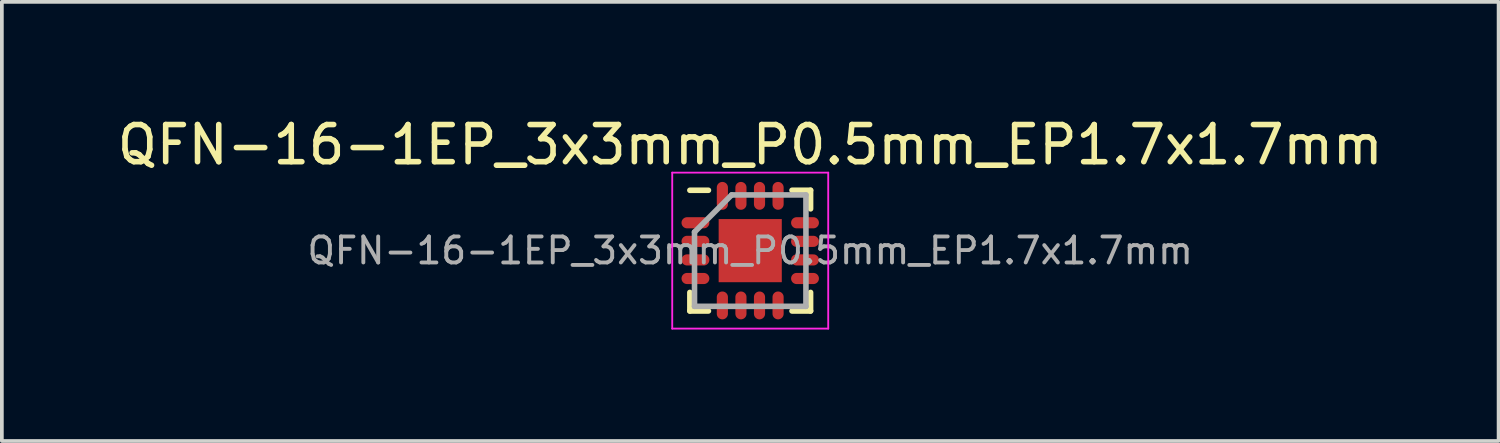
<source format=kicad_pcb>
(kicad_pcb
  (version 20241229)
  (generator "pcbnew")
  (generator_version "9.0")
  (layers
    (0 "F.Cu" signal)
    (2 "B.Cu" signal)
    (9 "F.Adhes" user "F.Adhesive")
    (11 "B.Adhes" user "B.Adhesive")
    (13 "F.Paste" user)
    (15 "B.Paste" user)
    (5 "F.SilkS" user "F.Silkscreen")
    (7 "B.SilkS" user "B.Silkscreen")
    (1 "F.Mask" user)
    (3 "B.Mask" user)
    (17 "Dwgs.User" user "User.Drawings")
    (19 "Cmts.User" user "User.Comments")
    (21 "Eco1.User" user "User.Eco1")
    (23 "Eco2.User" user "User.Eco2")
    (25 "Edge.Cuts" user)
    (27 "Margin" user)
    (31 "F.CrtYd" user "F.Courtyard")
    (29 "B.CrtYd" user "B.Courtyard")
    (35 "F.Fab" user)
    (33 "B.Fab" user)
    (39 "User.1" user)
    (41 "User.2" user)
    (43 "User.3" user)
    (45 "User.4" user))
  (footprint "QFN-16-1EP_3x3mm_P0.5mm_EP1.7x1.7mm"
    (layer "F.Cu")
    (at 17.149 3.698)
    (property "Reference" "QFN-16-1EP_3x3mm_P0.5mm_EP1.7x1.7mm" (at 0 -2.85 0) (layer "F.SilkS") (effects (font (size 1 1) (thickness 0.15))))
    (attr smd)
    (fp_line (start -1.625 -1.625) (end -1.125 -1.625) (stroke (width 0.15) (type solid)) (layer "F.SilkS"))
    (fp_line (start -1.625 1.625) (end -1.625 1.125) (stroke (width 0.15) (type solid)) (layer "F.SilkS"))
    (fp_line (start -1.625 1.625) (end -1.125 1.625) (stroke (width 0.15) (type solid)) (layer "F.SilkS"))
    (fp_line (start 1.625 -1.625) (end 1.125 -1.625) (stroke (width 0.15) (type solid)) (layer "F.SilkS"))
    (fp_line (start 1.625 -1.625) (end 1.625 -1.125) (stroke (width 0.15) (type solid)) (layer "F.SilkS"))
    (fp_line (start 1.625 1.625) (end 1.125 1.625) (stroke (width 0.15) (type solid)) (layer "F.SilkS"))
    (fp_line (start 1.625 1.625) (end 1.625 1.125) (stroke (width 0.15) (type solid)) (layer "F.SilkS"))
    (fp_line (start -2.1 -2.1) (end -2.1 2.1) (stroke (width 0.05) (type solid)) (layer "F.CrtYd"))
    (fp_line (start -2.1 -2.1) (end 2.1 -2.1) (stroke (width 0.05) (type solid)) (layer "F.CrtYd"))
    (fp_line (start -2.1 2.1) (end 2.1 2.1) (stroke (width 0.05) (type solid)) (layer "F.CrtYd"))
    (fp_line (start 2.1 -2.1) (end 2.1 2.1) (stroke (width 0.05) (type solid)) (layer "F.CrtYd"))
    (fp_line (start -1.5 -0.5) (end -0.5 -1.5) (stroke (width 0.15) (type solid)) (layer "F.Fab"))
    (fp_line (start -1.5 1.5) (end -1.5 -0.5) (stroke (width 0.15) (type solid)) (layer "F.Fab"))
    (fp_line (start -0.5 -1.5) (end 1.5 -1.5) (stroke (width 0.15) (type solid)) (layer "F.Fab"))
    (fp_line (start 1.5 -1.5) (end 1.5 1.5) (stroke (width 0.15) (type solid)) (layer "F.Fab"))
    (fp_line (start 1.5 1.5) (end -1.5 1.5) (stroke (width 0.15) (type solid)) (layer "F.Fab"))
    (fp_text user "${REFERENCE}" (at 0 0 0) (layer "F.Fab") (effects (font (size 0.7 0.7) (thickness 0.105))))
    (pad "" smd rect (at -0.45 -0.45) (size 0.73 0.73) (layers "F.Paste"))
    (pad "" smd rect (at -0.45 0.45) (size 0.73 0.73) (layers "F.Paste"))
    (pad "" smd rect (at 0.45 -0.45) (size 0.73 0.73) (layers "F.Paste"))
    (pad "" smd rect (at 0.45 0.45) (size 0.73 0.73) (layers "F.Paste"))
    (pad "1" smd oval (at -1.475 -0.75) (size 0.75 0.3) (layers "F.Cu" "F.Mask" "F.Paste"))
    (pad "2" smd oval (at -1.475 -0.25) (size 0.75 0.3) (layers "F.Cu" "F.Mask" "F.Paste"))
    (pad "3" smd oval (at -1.475 0.25) (size 0.75 0.3) (layers "F.Cu" "F.Mask" "F.Paste"))
    (pad "4" smd oval (at -1.475 0.75) (size 0.75 0.3) (layers "F.Cu" "F.Mask" "F.Paste"))
    (pad "5" smd oval (at -0.75 1.475 90) (size 0.75 0.3) (layers "F.Cu" "F.Mask" "F.Paste"))
    (pad "6" smd oval (at -0.25 1.475 90) (size 0.75 0.3) (layers "F.Cu" "F.Mask" "F.Paste"))
    (pad "7" smd oval (at 0.25 1.475 90) (size 0.75 0.3) (layers "F.Cu" "F.Mask" "F.Paste"))
    (pad "8" smd oval (at 0.75 1.475 90) (size 0.75 0.3) (layers "F.Cu" "F.Mask" "F.Paste"))
    (pad "9" smd oval (at 1.475 0.75) (size 0.75 0.3) (layers "F.Cu" "F.Mask" "F.Paste"))
    (pad "10" smd oval (at 1.475 0.25) (size 0.75 0.3) (layers "F.Cu" "F.Mask" "F.Paste"))
    (pad "11" smd oval (at 1.475 -0.25) (size 0.75 0.3) (layers "F.Cu" "F.Mask" "F.Paste"))
    (pad "12" smd oval (at 1.475 -0.75) (size 0.75 0.3) (layers "F.Cu" "F.Mask" "F.Paste"))
    (pad "13" smd oval (at 0.75 -1.475 90) (size 0.75 0.3) (layers "F.Cu" "F.Mask" "F.Paste"))
    (pad "14" smd oval (at 0.25 -1.475 90) (size 0.75 0.3) (layers "F.Cu" "F.Mask" "F.Paste"))
    (pad "15" smd oval (at -0.25 -1.475 90) (size 0.75 0.3) (layers "F.Cu" "F.Mask" "F.Paste"))
    (pad "16" smd oval (at -0.75 -1.475 90) (size 0.75 0.3) (layers "F.Cu" "F.Mask" "F.Paste"))
    (pad "17" smd rect (at 0 0) (size 1.7 1.7) (layers "F.Cu" "F.Mask")))
  (gr_rect
    (start -3 -3)
    (end 37.298 8.823)
    (stroke (width 0.1) (type default))
    (fill no)
    (layer "Edge.Cuts")))
</source>
